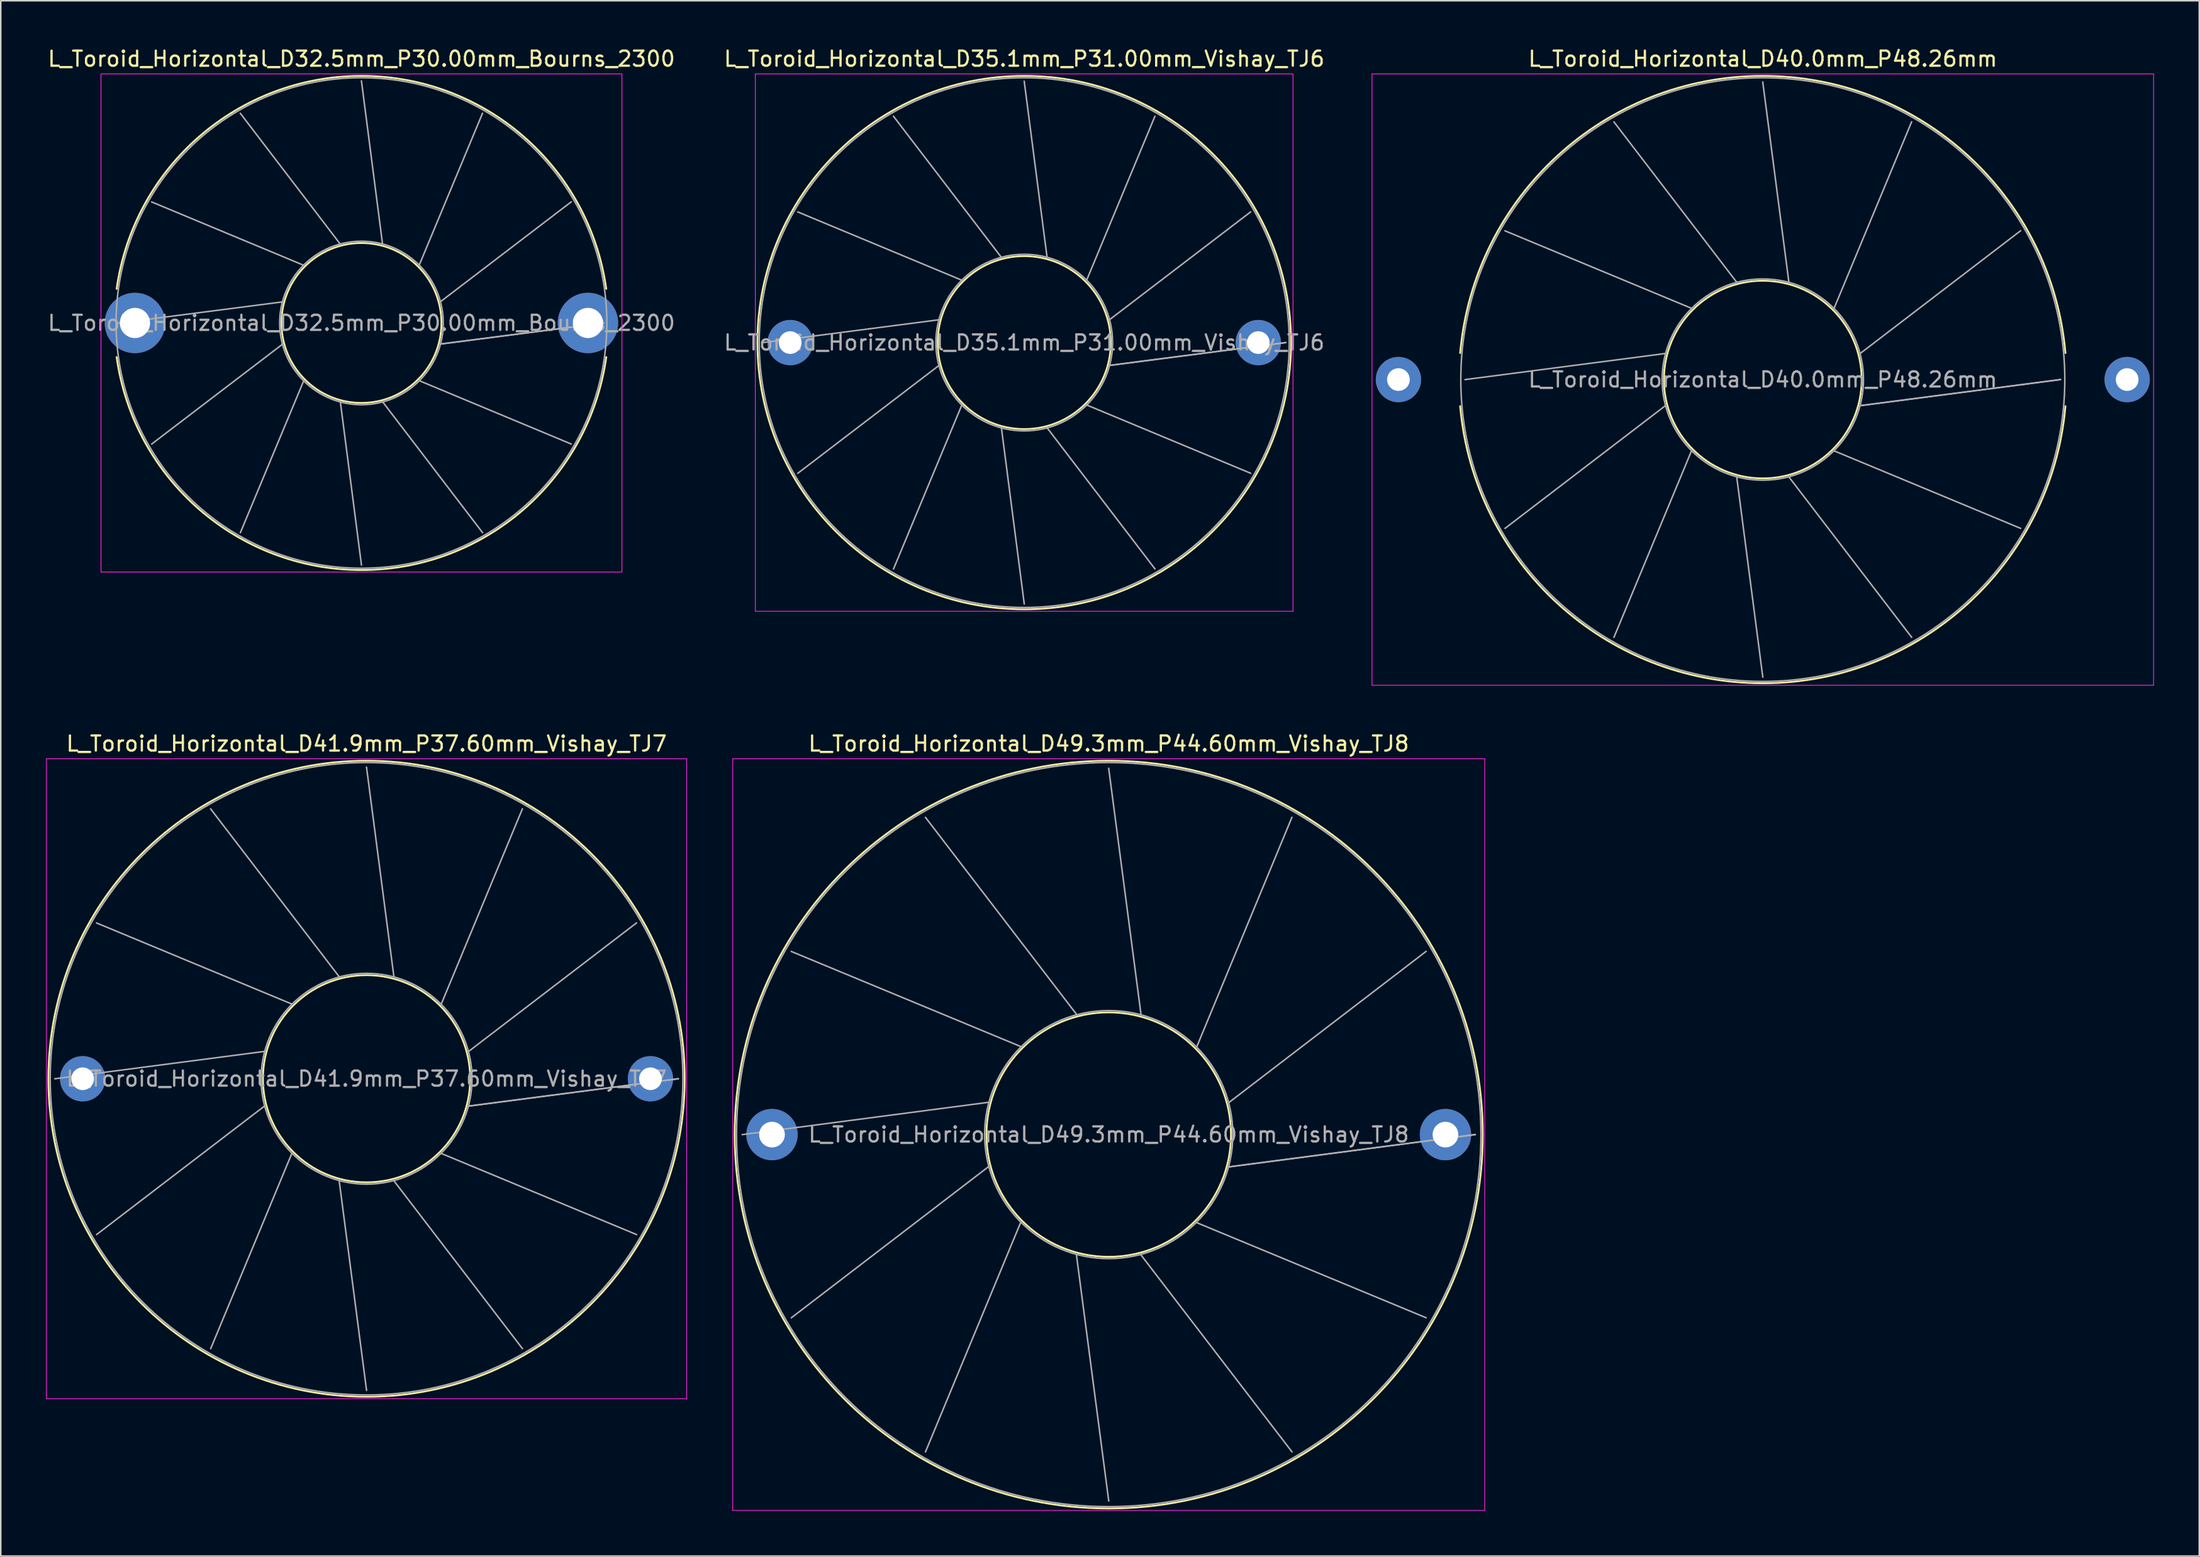
<source format=kicad_pcb>
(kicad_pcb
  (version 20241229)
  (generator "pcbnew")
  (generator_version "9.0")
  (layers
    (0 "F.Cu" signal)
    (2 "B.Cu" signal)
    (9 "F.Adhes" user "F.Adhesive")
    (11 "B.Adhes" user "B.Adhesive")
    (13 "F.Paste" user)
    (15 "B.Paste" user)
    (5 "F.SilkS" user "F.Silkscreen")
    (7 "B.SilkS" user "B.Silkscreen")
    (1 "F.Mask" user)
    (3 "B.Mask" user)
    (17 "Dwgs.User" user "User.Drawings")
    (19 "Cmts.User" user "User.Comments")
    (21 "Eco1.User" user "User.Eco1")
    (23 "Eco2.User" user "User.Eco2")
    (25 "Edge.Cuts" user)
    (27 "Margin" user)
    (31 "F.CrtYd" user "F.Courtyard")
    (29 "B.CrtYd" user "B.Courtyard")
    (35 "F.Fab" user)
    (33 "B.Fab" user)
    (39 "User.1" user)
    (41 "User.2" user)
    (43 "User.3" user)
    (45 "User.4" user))
  (footprint "L_Toroid_Horizontal_D49.3mm_P44.60mm_Vishay_TJ8"
    (layer "F.Cu")
    (at 48.075 72.121)
    (property "Reference" "L_Toroid_Horizontal_D49.3mm_P44.60mm_Vishay_TJ8" (at 22.3 -25.9 0) (layer "F.SilkS") (effects (font (size 1 1) (thickness 0.15))))
    (attr through_hole)
    (fp_circle (center 22.3 0) (end 30.397 0) (stroke (width 0.12) (type solid)) (fill no) (layer "F.SilkS"))
    (fp_circle (center 22.3 0) (end 47.07 0) (stroke (width 0.12) (type solid)) (fill no) (layer "F.SilkS"))
    (fp_line (start -2.6 -24.9) (end -2.6 24.9) (stroke (width 0.05) (type solid)) (layer "F.CrtYd"))
    (fp_line (start -2.6 24.9) (end 47.2 24.9) (stroke (width 0.05) (type solid)) (layer "F.CrtYd"))
    (fp_line (start 47.2 -24.9) (end -2.6 -24.9) (stroke (width 0.05) (type solid)) (layer "F.CrtYd"))
    (fp_line (start 47.2 24.9) (end 47.2 -24.9) (stroke (width 0.05) (type solid)) (layer "F.CrtYd"))
    (fp_line (start -1.975 0.002) (end 14.323 -2.137) (stroke (width 0.1) (type solid)) (layer "F.Fab"))
    (fp_line (start 1.276 -12.135) (end 16.46 -5.839) (stroke (width 0.1) (type solid)) (layer "F.Fab"))
    (fp_line (start 1.279 12.139) (end 14.323 2.138) (stroke (width 0.1) (type solid)) (layer "F.Fab"))
    (fp_line (start 10.16 -21.021) (end 20.161 -7.977) (stroke (width 0.1) (type solid)) (layer "F.Fab"))
    (fp_line (start 10.164 21.023) (end 16.461 5.84) (stroke (width 0.1) (type solid)) (layer "F.Fab"))
    (fp_line (start 22.297 -24.275) (end 24.436 -7.978) (stroke (width 0.1) (type solid)) (layer "F.Fab"))
    (fp_line (start 22.301 24.275) (end 20.163 7.977) (stroke (width 0.1) (type solid)) (layer "F.Fab"))
    (fp_line (start 34.434 -21.024) (end 28.139 -5.841) (stroke (width 0.1) (type solid)) (layer "F.Fab"))
    (fp_line (start 34.438 21.022) (end 24.438 7.977) (stroke (width 0.1) (type solid)) (layer "F.Fab"))
    (fp_line (start 43.32 -12.141) (end 30.277 -2.139) (stroke (width 0.1) (type solid)) (layer "F.Fab"))
    (fp_line (start 43.323 12.137) (end 28.14 5.84) (stroke (width 0.1) (type solid)) (layer "F.Fab"))
    (fp_line (start 46.575 -0.004) (end 30.278 2.136) (stroke (width 0.1) (type solid)) (layer "F.Fab"))
    (fp_line (start 46.575 0) (end 30.277 2.137) (stroke (width 0.1) (type solid)) (layer "F.Fab"))
    (fp_circle (center 22.3 0) (end 30.517 0) (stroke (width 0.1) (type solid)) (fill no) (layer "F.Fab"))
    (fp_circle (center 22.3 0) (end 46.95 0) (stroke (width 0.1) (type solid)) (fill no) (layer "F.Fab"))
    (fp_text user "${REFERENCE}" (at 22.3 0 0) (layer "F.Fab") (effects (font (size 1 1) (thickness 0.15))))
    (pad "1" thru_hole circle (at 0 0) (size 3.4 3.4) (drill 1.7) (layers "*.Cu" "*.Mask"))
    (pad "2" thru_hole circle (at 44.6 0) (size 3.4 3.4) (drill 1.7) (layers "*.Cu" "*.Mask")))
  (footprint "L_Toroid_Horizontal_D35.1mm_P31.00mm_Vishay_TJ6"
    (layer "F.Cu")
    (at 49.28 19.648)
    (property "Reference" "L_Toroid_Horizontal_D35.1mm_P31.00mm_Vishay_TJ6" (at 15.5 -18.8 0) (layer "F.SilkS") (effects (font (size 1 1) (thickness 0.15))))
    (attr through_hole)
    (fp_circle (center 15.5 0) (end 21.23 0) (stroke (width 0.12) (type solid)) (fill no) (layer "F.SilkS"))
    (fp_circle (center 15.5 0) (end 33.17 0) (stroke (width 0.12) (type solid)) (fill no) (layer "F.SilkS"))
    (fp_line (start -2.31 -17.8) (end -2.31 17.8) (stroke (width 0.05) (type solid)) (layer "F.CrtYd"))
    (fp_line (start -2.31 17.8) (end 33.3 17.8) (stroke (width 0.05) (type solid)) (layer "F.CrtYd"))
    (fp_line (start 33.3 -17.8) (end -2.31 -17.8) (stroke (width 0.05) (type solid)) (layer "F.CrtYd"))
    (fp_line (start 33.3 17.8) (end 33.3 -17.8) (stroke (width 0.05) (type solid)) (layer "F.CrtYd"))
    (fp_line (start -1.817 0.002) (end 9.854 -1.512) (stroke (width 0.1) (type solid)) (layer "F.Fab"))
    (fp_line (start 0.502 -8.657) (end 11.367 -4.132) (stroke (width 0.1) (type solid)) (layer "F.Fab"))
    (fp_line (start 0.504 8.659) (end 9.855 1.513) (stroke (width 0.1) (type solid)) (layer "F.Fab"))
    (fp_line (start 6.84 -14.996) (end 13.987 -5.645) (stroke (width 0.1) (type solid)) (layer "F.Fab"))
    (fp_line (start 6.843 14.997) (end 11.368 4.133) (stroke (width 0.1) (type solid)) (layer "F.Fab"))
    (fp_line (start 15.498 -17.317) (end 17.012 -5.646) (stroke (width 0.1) (type solid)) (layer "F.Fab"))
    (fp_line (start 15.501 17.317) (end 13.988 5.646) (stroke (width 0.1) (type solid)) (layer "F.Fab"))
    (fp_line (start 24.156 -14.998) (end 19.632 -4.133) (stroke (width 0.1) (type solid)) (layer "F.Fab"))
    (fp_line (start 24.159 14.996) (end 17.013 5.645) (stroke (width 0.1) (type solid)) (layer "F.Fab"))
    (fp_line (start 30.495 -8.661) (end 21.145 -1.514) (stroke (width 0.1) (type solid)) (layer "F.Fab"))
    (fp_line (start 30.497 8.658) (end 19.633 4.133) (stroke (width 0.1) (type solid)) (layer "F.Fab"))
    (fp_line (start 32.817 -0.003) (end 21.146 1.512) (stroke (width 0.1) (type solid)) (layer "F.Fab"))
    (fp_line (start 32.817 0) (end 21.145 1.513) (stroke (width 0.1) (type solid)) (layer "F.Fab"))
    (fp_circle (center 15.5 0) (end 21.35 0) (stroke (width 0.1) (type solid)) (fill no) (layer "F.Fab"))
    (fp_circle (center 15.5 0) (end 33.05 0) (stroke (width 0.1) (type solid)) (fill no) (layer "F.Fab"))
    (fp_text user "${REFERENCE}" (at 15.5 0 0) (layer "F.Fab") (effects (font (size 1 1) (thickness 0.15))))
    (pad "1" thru_hole circle (at 0 0) (size 3 3) (drill 1.5) (layers "*.Cu" "*.Mask"))
    (pad "2" thru_hole circle (at 31 0) (size 3 3) (drill 1.5) (layers "*.Cu" "*.Mask")))
  (footprint "L_Toroid_Horizontal_D40.0mm_P48.26mm"
    (layer "F.Cu")
    (at 89.561 22.098)
    (property "Reference" "L_Toroid_Horizontal_D40.0mm_P48.26mm" (at 24.13 -21.25 0) (layer "F.SilkS") (effects (font (size 1 1) (thickness 0.15))))
    (attr through_hole)
    (fp_arc (start 4.087126 -1.76) (mid 24.13 -20.12) (end 44.172874 -1.76) (stroke (width 0.12) (type solid)) (layer "F.SilkS"))
    (fp_arc (start 44.172874 1.76) (mid 24.13 20.12) (end 4.087126 1.76) (stroke (width 0.12) (type solid)) (layer "F.SilkS"))
    (fp_circle (center 24.13 0) (end 30.677 0) (stroke (width 0.12) (type solid)) (fill no) (layer "F.SilkS"))
    (fp_line (start -1.75 -20.25) (end -1.75 20.25) (stroke (width 0.05) (type solid)) (layer "F.CrtYd"))
    (fp_line (start -1.75 20.25) (end 50.01 20.25) (stroke (width 0.05) (type solid)) (layer "F.CrtYd"))
    (fp_line (start 50.01 -20.25) (end -1.75 -20.25) (stroke (width 0.05) (type solid)) (layer "F.CrtYd"))
    (fp_line (start 50.01 20.25) (end 50.01 -20.25) (stroke (width 0.05) (type solid)) (layer "F.CrtYd"))
    (fp_line (start 4.412 0.002) (end 17.68 -1.728) (stroke (width 0.1) (type solid)) (layer "F.Fab"))
    (fp_line (start 7.053 -9.857) (end 19.408 -4.721) (stroke (width 0.1) (type solid)) (layer "F.Fab"))
    (fp_line (start 7.055 9.86) (end 17.68 1.729) (stroke (width 0.1) (type solid)) (layer "F.Fab"))
    (fp_line (start 14.269 -17.075) (end 22.401 -6.45) (stroke (width 0.1) (type solid)) (layer "F.Fab"))
    (fp_line (start 14.272 17.077) (end 19.409 4.722) (stroke (width 0.1) (type solid)) (layer "F.Fab"))
    (fp_line (start 24.127 -19.718) (end 25.857 -6.45) (stroke (width 0.1) (type solid)) (layer "F.Fab"))
    (fp_line (start 24.131 19.718) (end 22.402 6.45) (stroke (width 0.1) (type solid)) (layer "F.Fab"))
    (fp_line (start 33.986 -17.077) (end 28.851 -4.723) (stroke (width 0.1) (type solid)) (layer "F.Fab"))
    (fp_line (start 33.989 17.076) (end 25.859 6.45) (stroke (width 0.1) (type solid)) (layer "F.Fab"))
    (fp_line (start 41.204 -9.862) (end 30.58 -1.729) (stroke (width 0.1) (type solid)) (layer "F.Fab"))
    (fp_line (start 41.206 9.859) (end 28.852 4.722) (stroke (width 0.1) (type solid)) (layer "F.Fab"))
    (fp_line (start 43.848 -0.004) (end 30.58 1.727) (stroke (width 0.1) (type solid)) (layer "F.Fab"))
    (fp_line (start 43.848 0) (end 30.58 1.728) (stroke (width 0.1) (type solid)) (layer "F.Fab"))
    (fp_circle (center 24.13 0) (end 30.797 0) (stroke (width 0.1) (type solid)) (fill no) (layer "F.Fab"))
    (fp_circle (center 24.13 0) (end 44.13 0) (stroke (width 0.1) (type solid)) (fill no) (layer "F.Fab"))
    (fp_text user "${REFERENCE}" (at 24.13 0 0) (layer "F.Fab") (effects (font (size 1 1) (thickness 0.15))))
    (pad "1" thru_hole circle (at 0 0) (size 3 3) (drill 1.5) (layers "*.Cu" "*.Mask"))
    (pad "2" thru_hole circle (at 48.26 0) (size 3 3) (drill 1.5) (layers "*.Cu" "*.Mask")))
  (footprint "L_Toroid_Horizontal_D41.9mm_P37.60mm_Vishay_TJ7"
    (layer "F.Cu")
    (at 2.425 68.421)
    (property "Reference" "L_Toroid_Horizontal_D41.9mm_P37.60mm_Vishay_TJ7" (at 18.8 -22.2 0) (layer "F.SilkS") (effects (font (size 1 1) (thickness 0.15))))
    (attr through_hole)
    (fp_circle (center 18.8 0) (end 25.663 0) (stroke (width 0.12) (type solid)) (fill no) (layer "F.SilkS"))
    (fp_circle (center 18.8 0) (end 39.87 0) (stroke (width 0.12) (type solid)) (fill no) (layer "F.SilkS"))
    (fp_line (start -2.4 -21.2) (end -2.4 21.2) (stroke (width 0.05) (type solid)) (layer "F.CrtYd"))
    (fp_line (start -2.4 21.2) (end 40 21.2) (stroke (width 0.05) (type solid)) (layer "F.CrtYd"))
    (fp_line (start 40 -21.2) (end -2.4 -21.2) (stroke (width 0.05) (type solid)) (layer "F.CrtYd"))
    (fp_line (start 40 21.2) (end 40 -21.2) (stroke (width 0.05) (type solid)) (layer "F.CrtYd"))
    (fp_line (start -1.849 0.002) (end 12.038 -1.811) (stroke (width 0.1) (type solid)) (layer "F.Fab"))
    (fp_line (start 0.917 -10.322) (end 13.849 -4.95) (stroke (width 0.1) (type solid)) (layer "F.Fab"))
    (fp_line (start 0.919 10.326) (end 12.038 1.812) (stroke (width 0.1) (type solid)) (layer "F.Fab"))
    (fp_line (start 8.473 -17.881) (end 16.987 -6.762) (stroke (width 0.1) (type solid)) (layer "F.Fab"))
    (fp_line (start 8.477 17.883) (end 13.85 4.951) (stroke (width 0.1) (type solid)) (layer "F.Fab"))
    (fp_line (start 18.797 -20.649) (end 20.611 -6.762) (stroke (width 0.1) (type solid)) (layer "F.Fab"))
    (fp_line (start 18.801 20.649) (end 16.988 6.762) (stroke (width 0.1) (type solid)) (layer "F.Fab"))
    (fp_line (start 29.122 -17.884) (end 23.749 -4.951) (stroke (width 0.1) (type solid)) (layer "F.Fab"))
    (fp_line (start 29.125 17.882) (end 20.612 6.762) (stroke (width 0.1) (type solid)) (layer "F.Fab"))
    (fp_line (start 36.68 -10.327) (end 25.562 -1.813) (stroke (width 0.1) (type solid)) (layer "F.Fab"))
    (fp_line (start 36.682 10.324) (end 23.75 4.95) (stroke (width 0.1) (type solid)) (layer "F.Fab"))
    (fp_line (start 39.449 -0.004) (end 25.562 1.811) (stroke (width 0.1) (type solid)) (layer "F.Fab"))
    (fp_line (start 39.449 0) (end 25.562 1.812) (stroke (width 0.1) (type solid)) (layer "F.Fab"))
    (fp_circle (center 18.8 0) (end 25.783 0) (stroke (width 0.1) (type solid)) (fill no) (layer "F.Fab"))
    (fp_circle (center 18.8 0) (end 39.75 0) (stroke (width 0.1) (type solid)) (fill no) (layer "F.Fab"))
    (fp_text user "${REFERENCE}" (at 18.8 0 0) (layer "F.Fab") (effects (font (size 1 1) (thickness 0.15))))
    (pad "1" thru_hole circle (at 0 0) (size 3 3) (drill 1.5) (layers "*.Cu" "*.Mask"))
    (pad "2" thru_hole circle (at 37.6 0) (size 3 3) (drill 1.5) (layers "*.Cu" "*.Mask")))
  (footprint "L_Toroid_Horizontal_D32.5mm_P30.00mm_Bourns_2300"
    (layer "F.Cu")
    (at 5.887 18.348)
    (property "Reference" "L_Toroid_Horizontal_D32.5mm_P30.00mm_Bourns_2300" (at 15 -17.5 0) (layer "F.SilkS") (effects (font (size 1 1) (thickness 0.15))))
    (attr through_hole)
    (fp_arc (start -1.213245 -2.26) (mid 15 -16.37) (end 31.213245 -2.26) (stroke (width 0.12) (type solid)) (layer "F.SilkS"))
    (fp_arc (start 31.213245 2.26) (mid 15 16.37) (end -1.213245 2.26) (stroke (width 0.12) (type solid)) (layer "F.SilkS"))
    (fp_circle (center 15 0) (end 20.297 0) (stroke (width 0.12) (type solid)) (fill no) (layer "F.SilkS"))
    (fp_line (start -2.25 -16.5) (end -2.25 16.5) (stroke (width 0.05) (type solid)) (layer "F.CrtYd"))
    (fp_line (start -2.25 16.5) (end 32.25 16.5) (stroke (width 0.05) (type solid)) (layer "F.CrtYd"))
    (fp_line (start 32.25 -16.5) (end -2.25 -16.5) (stroke (width 0.05) (type solid)) (layer "F.CrtYd"))
    (fp_line (start 32.25 16.5) (end 32.25 -16.5) (stroke (width 0.05) (type solid)) (layer "F.CrtYd"))
    (fp_line (start -1.043 0.001) (end 9.781 -1.398) (stroke (width 0.1) (type solid)) (layer "F.Fab"))
    (fp_line (start 1.106 -8.02) (end 11.179 -3.82) (stroke (width 0.1) (type solid)) (layer "F.Fab"))
    (fp_line (start 1.107 8.022) (end 9.782 1.399) (stroke (width 0.1) (type solid)) (layer "F.Fab"))
    (fp_line (start 6.977 -13.892) (end 13.601 -5.218) (stroke (width 0.1) (type solid)) (layer "F.Fab"))
    (fp_line (start 6.98 13.894) (end 11.18 3.82) (stroke (width 0.1) (type solid)) (layer "F.Fab"))
    (fp_line (start 14.998 -16.043) (end 16.398 -5.219) (stroke (width 0.1) (type solid)) (layer "F.Fab"))
    (fp_line (start 15.001 16.043) (end 13.602 5.219) (stroke (width 0.1) (type solid)) (layer "F.Fab"))
    (fp_line (start 23.019 -13.895) (end 18.82 -3.821) (stroke (width 0.1) (type solid)) (layer "F.Fab"))
    (fp_line (start 23.022 13.893) (end 16.398 5.218) (stroke (width 0.1) (type solid)) (layer "F.Fab"))
    (fp_line (start 28.892 -8.024) (end 20.218 -1.399) (stroke (width 0.1) (type solid)) (layer "F.Fab"))
    (fp_line (start 28.893 8.021) (end 18.82 3.82) (stroke (width 0.1) (type solid)) (layer "F.Fab"))
    (fp_line (start 31.043 -0.003) (end 20.219 1.397) (stroke (width 0.1) (type solid)) (layer "F.Fab"))
    (fp_line (start 31.043 0) (end 20.219 1.398) (stroke (width 0.1) (type solid)) (layer "F.Fab"))
    (fp_circle (center 15 0) (end 20.417 0) (stroke (width 0.1) (type solid)) (fill no) (layer "F.Fab"))
    (fp_circle (center 15 0) (end 31.25 0) (stroke (width 0.1) (type solid)) (fill no) (layer "F.Fab"))
    (fp_text user "${REFERENCE}" (at 15 0 0) (layer "F.Fab") (effects (font (size 1 1) (thickness 0.15))))
    (pad "1" thru_hole circle (at 0 0) (size 4 4) (drill 2) (layers "*.Cu" "*.Mask"))
    (pad "2" thru_hole circle (at 30 0) (size 4 4) (drill 2) (layers "*.Cu" "*.Mask")))
  (gr_rect
    (start -3 -3)
    (end 142.596 100.046)
    (stroke (width 0.1) (type default))
    (fill no)
    (layer "Edge.Cuts")))
</source>
